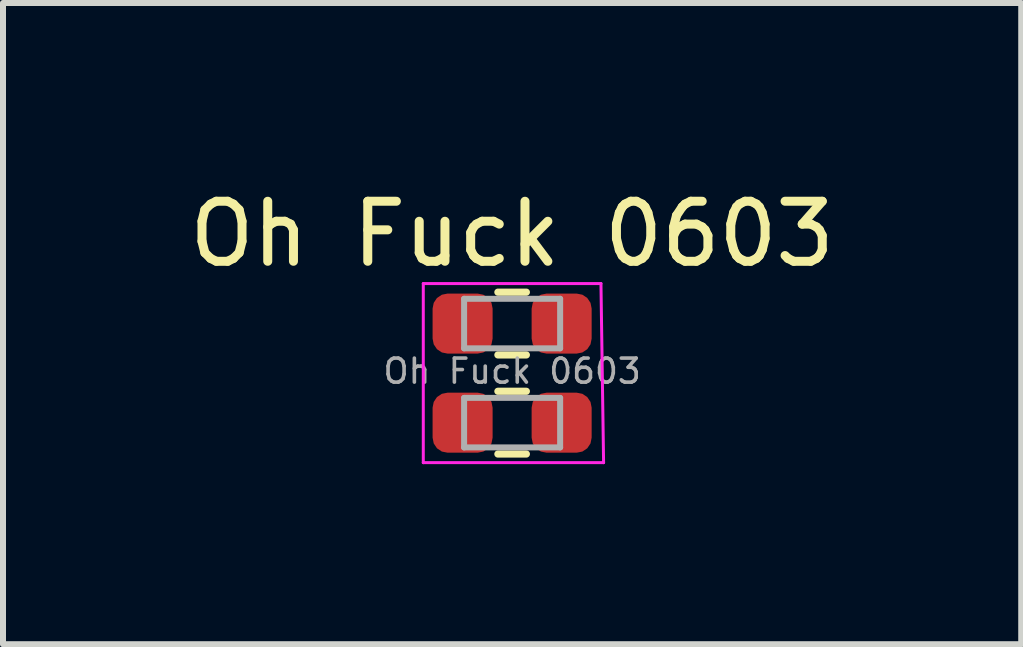
<source format=kicad_pcb>
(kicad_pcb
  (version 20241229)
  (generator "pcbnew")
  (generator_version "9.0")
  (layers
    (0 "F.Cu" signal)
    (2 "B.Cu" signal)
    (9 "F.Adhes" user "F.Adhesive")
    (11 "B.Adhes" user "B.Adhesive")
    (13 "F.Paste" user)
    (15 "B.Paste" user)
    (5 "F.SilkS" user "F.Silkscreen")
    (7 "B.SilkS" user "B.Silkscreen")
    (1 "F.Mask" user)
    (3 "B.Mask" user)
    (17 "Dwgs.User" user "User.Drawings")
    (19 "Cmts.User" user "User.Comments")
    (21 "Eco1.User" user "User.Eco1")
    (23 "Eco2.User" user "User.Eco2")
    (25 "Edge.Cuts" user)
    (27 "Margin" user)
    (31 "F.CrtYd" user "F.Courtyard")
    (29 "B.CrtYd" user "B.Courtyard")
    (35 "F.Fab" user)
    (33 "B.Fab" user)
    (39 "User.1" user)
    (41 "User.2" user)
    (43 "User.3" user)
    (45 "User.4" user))
  (footprint "Oh Fuck 0603"
    (layer "F.Cu")
    (at 5.482 3.134)
    (property "Reference" "Oh Fuck 0603" (at 0 -2.286 0) (layer "F.SilkS") (effects (font (size 1 1) (thickness 0.15))))
    (attr smd)
    (fp_line (start -0.237 -1.316) (end 0.237 -1.316) (stroke (width 0.12) (type solid)) (layer "F.SilkS"))
    (fp_line (start -0.237 -0.271) (end 0.237 -0.271) (stroke (width 0.12) (type solid)) (layer "F.SilkS"))
    (fp_line (start -0.237 0.335) (end 0.237 0.335) (stroke (width 0.12) (type solid)) (layer "F.SilkS"))
    (fp_line (start -0.237 1.38) (end 0.237 1.38) (stroke (width 0.12) (type solid)) (layer "F.SilkS"))
    (fp_line (start -1.48 -1.46) (end 1.48 -1.46) (stroke (width 0.05) (type solid)) (layer "F.CrtYd"))
    (fp_line (start -1.48 1.524) (end -1.48 -1.46) (stroke (width 0.05) (type solid)) (layer "F.CrtYd"))
    (fp_line (start 1.48 -1.46) (end 1.524 1.524) (stroke (width 0.05) (type solid)) (layer "F.CrtYd"))
    (fp_line (start 1.524 1.524) (end -1.48 1.524) (stroke (width 0.05) (type solid)) (layer "F.CrtYd"))
    (fp_line (start -0.8 -1.206) (end 0.8 -1.206) (stroke (width 0.1) (type solid)) (layer "F.Fab"))
    (fp_line (start -0.8 -0.381) (end -0.8 -1.206) (stroke (width 0.1) (type solid)) (layer "F.Fab"))
    (fp_line (start -0.8 0.445) (end 0.8 0.445) (stroke (width 0.1) (type solid)) (layer "F.Fab"))
    (fp_line (start -0.8 1.27) (end -0.8 0.445) (stroke (width 0.1) (type solid)) (layer "F.Fab"))
    (fp_line (start 0.8 -1.206) (end 0.8 -0.381) (stroke (width 0.1) (type solid)) (layer "F.Fab"))
    (fp_line (start 0.8 -0.381) (end -0.8 -0.381) (stroke (width 0.1) (type solid)) (layer "F.Fab"))
    (fp_line (start 0.8 0.445) (end 0.8 1.27) (stroke (width 0.1) (type solid)) (layer "F.Fab"))
    (fp_line (start 0.8 1.27) (end -0.8 1.27) (stroke (width 0.1) (type solid)) (layer "F.Fab"))
    (fp_text user "${REFERENCE}" (at 0 0 0) (layer "F.Fab") (effects (font (size 0.4 0.4) (thickness 0.06))))
    (pad "1" smd roundrect (at 0.825 -0.793) (size 1 1) (layers "F.Cu" "F.Mask" "F.Paste") (roundrect_rratio 0.25))
    (pad "2" smd roundrect (at -0.825 0.858) (size 1 1) (layers "F.Cu" "F.Mask" "F.Paste") (roundrect_rratio 0.25))
    (pad "3" smd roundrect (at 0.825 0.858) (size 1 1) (layers "F.Cu" "F.Mask" "F.Paste") (roundrect_rratio 0.25))
    (pad "4" smd roundrect (at -0.825 -0.793) (size 1 1) (layers "F.Cu" "F.Mask" "F.Paste") (roundrect_rratio 0.25)))
  (gr_rect
    (start -3 -3)
    (end 13.964 7.683)
    (stroke (width 0.1) (type default))
    (fill no)
    (layer "Edge.Cuts")))
</source>
